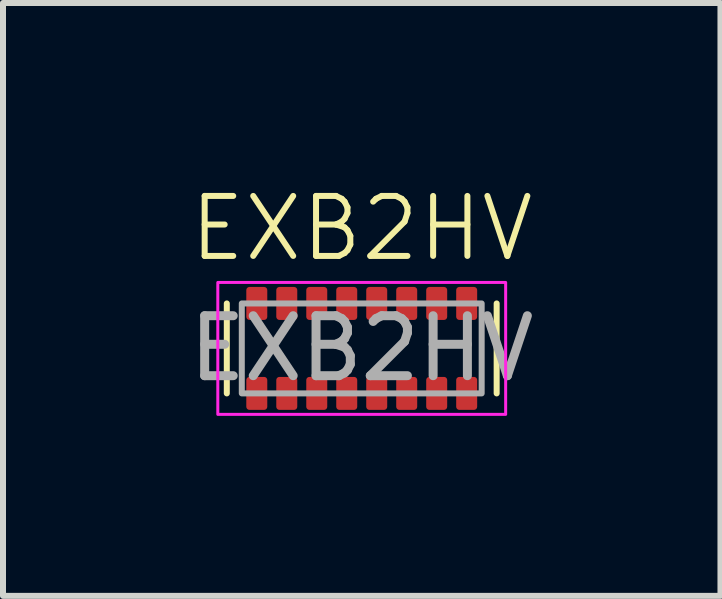
<source format=kicad_pcb>
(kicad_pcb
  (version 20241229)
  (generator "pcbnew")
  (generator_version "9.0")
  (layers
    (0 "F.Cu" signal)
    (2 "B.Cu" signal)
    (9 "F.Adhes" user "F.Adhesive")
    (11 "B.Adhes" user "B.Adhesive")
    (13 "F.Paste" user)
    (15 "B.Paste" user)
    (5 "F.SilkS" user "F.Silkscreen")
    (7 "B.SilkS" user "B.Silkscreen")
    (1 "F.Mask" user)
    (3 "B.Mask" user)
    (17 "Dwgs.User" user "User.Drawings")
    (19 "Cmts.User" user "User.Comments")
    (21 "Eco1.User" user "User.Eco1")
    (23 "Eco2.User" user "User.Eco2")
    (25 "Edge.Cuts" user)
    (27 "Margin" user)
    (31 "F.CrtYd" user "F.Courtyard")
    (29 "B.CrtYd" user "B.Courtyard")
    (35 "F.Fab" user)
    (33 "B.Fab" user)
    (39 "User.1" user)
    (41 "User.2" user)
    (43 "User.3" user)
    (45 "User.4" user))
  (footprint "EXB2HV"
    (layer "F.Cu")
    (at 2.982 2.76)
    (property "Reference" "EXB2HV" (at 0 -2 0) (unlocked yes) (layer "F.SilkS") (effects (font (size 1 1) (thickness 0.1))))
    (attr smd)
    (fp_line (start -2.25 0.75) (end -2.25 -0.75) (stroke (width 0.1) (type default)) (layer "F.SilkS"))
    (fp_line (start 2.25 -0.75) (end 2.25 0.75) (stroke (width 0.1) (type default)) (layer "F.SilkS"))
    (fp_rect (start -2.4 -1.1) (end 2.4 1.1) (stroke (width 0.05) (type default)) (fill no) (layer "F.CrtYd"))
    (fp_rect (start -2 -0.75) (end 2 0.75) (stroke (width 0.1) (type default)) (fill no) (layer "F.Fab"))
    (fp_text user "${REFERENCE}" (at 0 0 0) (unlocked yes) (layer "F.Fab") (effects (font (size 1 1) (thickness 0.15))))
    (pad "1" smd roundrect (at -1.75 0.75) (size 0.35 0.55) (layers "F.Cu" "F.Mask" "F.Paste") (roundrect_rratio 0.15))
    (pad "2" smd roundrect (at -1.25 0.75) (size 0.35 0.55) (layers "F.Cu" "F.Mask" "F.Paste") (roundrect_rratio 0.15))
    (pad "3" smd roundrect (at -0.75 0.75) (size 0.35 0.55) (layers "F.Cu" "F.Mask" "F.Paste") (roundrect_rratio 0.15))
    (pad "4" smd roundrect (at -0.25 0.75) (size 0.35 0.55) (layers "F.Cu" "F.Mask" "F.Paste") (roundrect_rratio 0.15))
    (pad "5" smd roundrect (at 0.25 0.75) (size 0.35 0.55) (layers "F.Cu" "F.Mask" "F.Paste") (roundrect_rratio 0.15))
    (pad "6" smd roundrect (at 0.75 0.75) (size 0.35 0.55) (layers "F.Cu" "F.Mask" "F.Paste") (roundrect_rratio 0.15))
    (pad "7" smd roundrect (at 1.25 0.75) (size 0.35 0.55) (layers "F.Cu" "F.Mask" "F.Paste") (roundrect_rratio 0.15))
    (pad "8" smd roundrect (at 1.75 0.75) (size 0.35 0.55) (layers "F.Cu" "F.Mask" "F.Paste") (roundrect_rratio 0.15))
    (pad "9" smd roundrect (at 1.75 -0.75) (size 0.35 0.55) (layers "F.Cu" "F.Mask" "F.Paste") (roundrect_rratio 0.15))
    (pad "10" smd roundrect (at 1.25 -0.75) (size 0.35 0.55) (layers "F.Cu" "F.Mask" "F.Paste") (roundrect_rratio 0.15))
    (pad "11" smd roundrect (at 0.75 -0.75) (size 0.35 0.55) (layers "F.Cu" "F.Mask" "F.Paste") (roundrect_rratio 0.15))
    (pad "12" smd roundrect (at 0.25 -0.75) (size 0.35 0.55) (layers "F.Cu" "F.Mask" "F.Paste") (roundrect_rratio 0.15))
    (pad "13" smd roundrect (at -0.25 -0.75) (size 0.35 0.55) (layers "F.Cu" "F.Mask" "F.Paste") (roundrect_rratio 0.15))
    (pad "14" smd roundrect (at -0.75 -0.75) (size 0.35 0.55) (layers "F.Cu" "F.Mask" "F.Paste") (roundrect_rratio 0.15))
    (pad "15" smd roundrect (at -1.25 -0.75) (size 0.35 0.55) (layers "F.Cu" "F.Mask" "F.Paste") (roundrect_rratio 0.15))
    (pad "16" smd roundrect (at -1.75 -0.75) (size 0.35 0.55) (layers "F.Cu" "F.Mask" "F.Paste") (roundrect_rratio 0.15)))
  (gr_rect
    (start -3 -3)
    (end 8.964 6.886)
    (stroke (width 0.1) (type default))
    (fill no)
    (layer "Edge.Cuts")))
</source>
